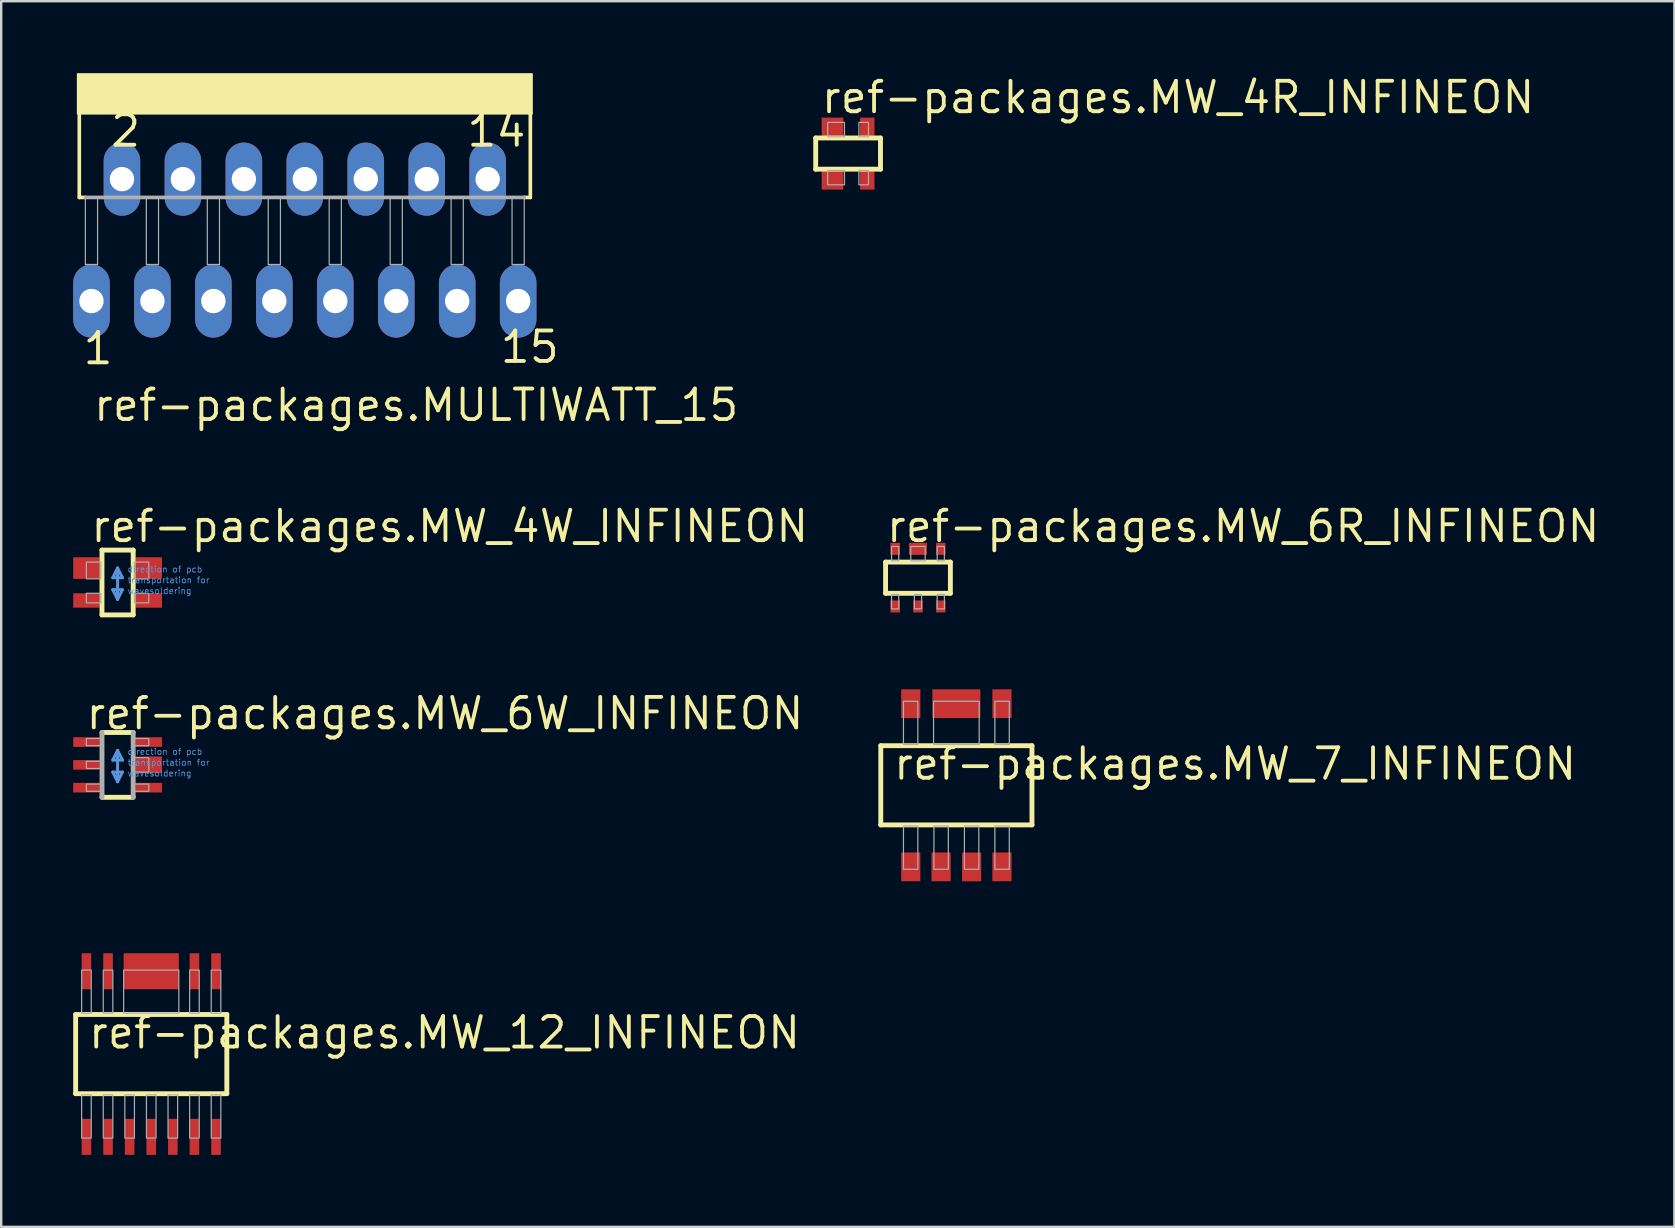
<source format=kicad_pcb>
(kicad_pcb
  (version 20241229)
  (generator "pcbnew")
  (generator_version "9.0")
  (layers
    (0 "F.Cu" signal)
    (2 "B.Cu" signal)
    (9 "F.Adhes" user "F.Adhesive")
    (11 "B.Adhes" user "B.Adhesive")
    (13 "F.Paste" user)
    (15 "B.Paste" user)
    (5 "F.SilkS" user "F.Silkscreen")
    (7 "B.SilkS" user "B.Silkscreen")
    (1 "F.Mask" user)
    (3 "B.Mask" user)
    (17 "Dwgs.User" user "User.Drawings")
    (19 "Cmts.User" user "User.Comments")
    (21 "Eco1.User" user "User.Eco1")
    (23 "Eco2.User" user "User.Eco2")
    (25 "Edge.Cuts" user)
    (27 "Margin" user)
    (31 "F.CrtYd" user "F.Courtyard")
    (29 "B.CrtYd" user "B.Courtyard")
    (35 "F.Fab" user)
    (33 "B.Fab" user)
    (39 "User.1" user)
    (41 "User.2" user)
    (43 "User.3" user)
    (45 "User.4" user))
  (footprint "ref-packages.MW_7_INFINEON"
    (layer "F.Cu")
    (at 36.803 29.674)
    (property "Reference" "ref-packages.MW_7_INFINEON" (at -2.7 -0.15 0) (layer "F.SilkS") (effects (font (size 1.27 1.27) (thickness 0.16)) (justify left bottom)))
    (attr smd)
    (fp_line (start -3.15 -1.65) (end -3.15 1.65) (stroke (width 0.203) (type default)) (layer "F.SilkS"))
    (fp_line (start -3.15 1.65) (end 3.15 1.65) (stroke (width 0.203) (type default)) (layer "F.SilkS"))
    (fp_line (start 3.15 -1.65) (end -3.15 -1.65) (stroke (width 0.203) (type default)) (layer "F.SilkS"))
    (fp_line (start 3.15 1.65) (end 3.15 -1.65) (stroke (width 0.203) (type default)) (layer "F.SilkS"))
    (fp_rect (start -2.205 -1.7) (end -1.605 -3.5) (stroke (width 0.05) (type default)) (fill no) (layer "F.Fab"))
    (fp_rect (start -2.205 3.5) (end -1.605 1.7) (stroke (width 0.05) (type default)) (fill no) (layer "F.Fab"))
    (fp_rect (start -0.95 -1.7) (end 0.95 -3.5) (stroke (width 0.05) (type default)) (fill no) (layer "F.Fab"))
    (fp_rect (start -0.935 3.5) (end -0.335 1.7) (stroke (width 0.05) (type default)) (fill no) (layer "F.Fab"))
    (fp_rect (start 0.335 3.5) (end 0.935 1.7) (stroke (width 0.05) (type default)) (fill no) (layer "F.Fab"))
    (fp_rect (start 1.605 -1.7) (end 2.205 -3.5) (stroke (width 0.05) (type default)) (fill no) (layer "F.Fab"))
    (fp_rect (start 1.605 3.5) (end 2.205 1.7) (stroke (width 0.05) (type default)) (fill no) (layer "F.Fab"))
    (pad "1" smd roundrect (at -1.9 3.4) (size 0.8 1.2) (layers "F.Cu" "F.Mask" "F.Paste") (roundrect_rratio 0.01))
    (pad "2" smd roundrect (at -0.636 3.4) (size 0.8 1.2) (layers "F.Cu" "F.Mask" "F.Paste") (roundrect_rratio 0.01))
    (pad "3" smd roundrect (at 0.635 3.401) (size 0.8 1.2) (layers "F.Cu" "F.Mask" "F.Paste") (roundrect_rratio 0.01))
    (pad "4" smd roundrect (at 1.9 3.4) (size 0.8 1.2) (layers "F.Cu" "F.Mask" "F.Paste") (roundrect_rratio 0.01))
    (pad "5" smd roundrect (at 1.9 -3.4) (size 0.8 1.2) (layers "F.Cu" "F.Mask" "F.Paste") (roundrect_rratio 0.01))
    (pad "6" smd roundrect (at 0 -3.4) (size 2 1.2) (layers "F.Cu" "F.Mask" "F.Paste") (roundrect_rratio 0.01))
    (pad "7" smd roundrect (at -1.9 -3.4) (size 0.8 1.2) (layers "F.Cu" "F.Mask" "F.Paste") (roundrect_rratio 0.01)))
  (footprint "ref-packages.MW_12_INFINEON"
    (layer "F.Cu")
    (at 3.252 40.875)
    (property "Reference" "ref-packages.MW_12_INFINEON" (at -2.7 -0.15 0) (layer "F.SilkS") (effects (font (size 1.27 1.27) (thickness 0.16)) (justify left bottom)))
    (attr smd)
    (fp_line (start -3.15 -1.65) (end -3.15 1.65) (stroke (width 0.203) (type default)) (layer "F.SilkS"))
    (fp_line (start -3.15 1.65) (end 3.15 1.65) (stroke (width 0.203) (type default)) (layer "F.SilkS"))
    (fp_line (start 3.15 -1.65) (end -3.15 -1.65) (stroke (width 0.203) (type default)) (layer "F.SilkS"))
    (fp_line (start 3.15 1.65) (end 3.15 -1.65) (stroke (width 0.203) (type default)) (layer "F.SilkS"))
    (fp_rect (start -2.9 -1.7) (end -2.5 -3.5) (stroke (width 0.05) (type default)) (fill no) (layer "F.Fab"))
    (fp_rect (start -2.9 3.5) (end -2.5 1.7) (stroke (width 0.05) (type default)) (fill no) (layer "F.Fab"))
    (fp_rect (start -2 -1.7) (end -1.6 -3.5) (stroke (width 0.05) (type default)) (fill no) (layer "F.Fab"))
    (fp_rect (start -2 3.5) (end -1.6 1.7) (stroke (width 0.05) (type default)) (fill no) (layer "F.Fab"))
    (fp_rect (start -1.15 -1.7) (end 1.15 -3.5) (stroke (width 0.05) (type default)) (fill no) (layer "F.Fab"))
    (fp_rect (start -1.1 3.5) (end -0.7 1.7) (stroke (width 0.05) (type default)) (fill no) (layer "F.Fab"))
    (fp_rect (start -0.2 3.5) (end 0.2 1.7) (stroke (width 0.05) (type default)) (fill no) (layer "F.Fab"))
    (fp_rect (start 0.7 3.5) (end 1.1 1.7) (stroke (width 0.05) (type default)) (fill no) (layer "F.Fab"))
    (fp_rect (start 1.6 -1.7) (end 2 -3.5) (stroke (width 0.05) (type default)) (fill no) (layer "F.Fab"))
    (fp_rect (start 1.6 3.5) (end 2 1.7) (stroke (width 0.05) (type default)) (fill no) (layer "F.Fab"))
    (fp_rect (start 2.5 -1.7) (end 2.9 -3.5) (stroke (width 0.05) (type default)) (fill no) (layer "F.Fab"))
    (fp_rect (start 2.5 3.5) (end 2.9 1.7) (stroke (width 0.05) (type default)) (fill no) (layer "F.Fab"))
    (pad "1" smd roundrect (at -2.7 3.45) (size 0.4 1.5) (layers "F.Cu" "F.Mask" "F.Paste") (roundrect_rratio 0.01))
    (pad "2" smd roundrect (at -1.8 3.45) (size 0.4 1.5) (layers "F.Cu" "F.Mask" "F.Paste") (roundrect_rratio 0.01))
    (pad "3" smd roundrect (at -0.9 3.45) (size 0.4 1.5) (layers "F.Cu" "F.Mask" "F.Paste") (roundrect_rratio 0.01))
    (pad "4" smd roundrect (at 0 3.45) (size 0.4 1.5) (layers "F.Cu" "F.Mask" "F.Paste") (roundrect_rratio 0.01))
    (pad "5" smd roundrect (at 0.9 3.45) (size 0.4 1.5) (layers "F.Cu" "F.Mask" "F.Paste") (roundrect_rratio 0.01))
    (pad "6" smd roundrect (at 1.8 3.45) (size 0.4 1.5) (layers "F.Cu" "F.Mask" "F.Paste") (roundrect_rratio 0.01))
    (pad "7" smd roundrect (at 2.7 3.45) (size 0.4 1.5) (layers "F.Cu" "F.Mask" "F.Paste") (roundrect_rratio 0.01))
    (pad "8" smd roundrect (at 2.7 -3.45) (size 0.4 1.5) (layers "F.Cu" "F.Mask" "F.Paste") (roundrect_rratio 0.01))
    (pad "9" smd roundrect (at 1.8 -3.45) (size 0.4 1.5) (layers "F.Cu" "F.Mask" "F.Paste") (roundrect_rratio 0.01))
    (pad "10" smd roundrect (at 0 -3.45) (size 2.3 1.5) (layers "F.Cu" "F.Mask" "F.Paste") (roundrect_rratio 0.01))
    (pad "11" smd roundrect (at -1.8 -3.45) (size 0.4 1.5) (layers "F.Cu" "F.Mask" "F.Paste") (roundrect_rratio 0.01))
    (pad "12" smd roundrect (at -2.7 -3.45) (size 0.4 1.5) (layers "F.Cu" "F.Mask" "F.Paste") (roundrect_rratio 0.01)))
  (footprint "ref-packages.MW_4R_INFINEON"
    (layer "F.Cu")
    (at 32.291 3.35)
    (property "Reference" "ref-packages.MW_4R_INFINEON" (at -1.2 -1.6 0) (layer "F.SilkS") (effects (font (size 1.27 1.27) (thickness 0.16)) (justify left bottom)))
    (attr smd)
    (fp_line (start -1.35 -0.65) (end -1.35 0.65) (stroke (width 0.203) (type default)) (layer "F.SilkS"))
    (fp_line (start -1.35 0.65) (end 1.35 0.65) (stroke (width 0.203) (type default)) (layer "F.SilkS"))
    (fp_line (start 1.35 -0.65) (end -1.35 -0.65) (stroke (width 0.203) (type default)) (layer "F.SilkS"))
    (fp_line (start 1.35 0.65) (end 1.35 -0.65) (stroke (width 0.203) (type default)) (layer "F.SilkS"))
    (fp_rect (start -0.85 -0.7) (end -0.15 -1.3) (stroke (width 0.05) (type default)) (fill no) (layer "F.Fab"))
    (fp_rect (start -0.85 1.3) (end -0.15 0.7) (stroke (width 0.05) (type default)) (fill no) (layer "F.Fab"))
    (fp_rect (start 0.45 -0.7) (end 0.85 -1.3) (stroke (width 0.05) (type default)) (fill no) (layer "F.Fab"))
    (fp_rect (start 0.45 1.3) (end 0.85 0.7) (stroke (width 0.05) (type default)) (fill no) (layer "F.Fab"))
    (pad "1" smd roundrect (at -0.65 1.05) (size 0.9 0.9) (layers "F.Cu" "F.Mask" "F.Paste") (roundrect_rratio 0.01))
    (pad "2" smd roundrect (at 0.8 1.05) (size 0.6 0.9) (layers "F.Cu" "F.Mask" "F.Paste") (roundrect_rratio 0.01))
    (pad "3" smd roundrect (at 0.8 -1.05) (size 0.6 0.9) (layers "F.Cu" "F.Mask" "F.Paste") (roundrect_rratio 0.01))
    (pad "4" smd roundrect (at -0.65 -1.05) (size 0.9 0.9) (layers "F.Cu" "F.Mask" "F.Paste") (roundrect_rratio 0.01)))
  (footprint "ref-packages.MW_6R_INFINEON"
    (layer "F.Cu")
    (at 35.203 21.023)
    (property "Reference" "ref-packages.MW_6R_INFINEON" (at -1.4 -1.4 0) (layer "F.SilkS") (effects (font (size 1.27 1.27) (thickness 0.16)) (justify left bottom)))
    (attr smd)
    (fp_line (start -1.35 -0.65) (end -1.35 0.65) (stroke (width 0.203) (type default)) (layer "F.SilkS"))
    (fp_line (start -1.35 0.65) (end 1.35 0.65) (stroke (width 0.203) (type default)) (layer "F.SilkS"))
    (fp_line (start 1.35 -0.65) (end -1.35 -0.65) (stroke (width 0.203) (type default)) (layer "F.SilkS"))
    (fp_line (start 1.35 0.65) (end 1.35 -0.65) (stroke (width 0.203) (type default)) (layer "F.SilkS"))
    (fp_rect (start -1.1 -0.7) (end -0.8 -1.3) (stroke (width 0.05) (type default)) (fill no) (layer "F.Fab"))
    (fp_rect (start -1.1 1.3) (end -0.8 0.7) (stroke (width 0.05) (type default)) (fill no) (layer "F.Fab"))
    (fp_rect (start -0.3 -0.7) (end 0.3 -1.3) (stroke (width 0.05) (type default)) (fill no) (layer "F.Fab"))
    (fp_rect (start -0.15 1.3) (end 0.15 0.7) (stroke (width 0.05) (type default)) (fill no) (layer "F.Fab"))
    (fp_rect (start 0.8 -0.7) (end 1.1 -1.3) (stroke (width 0.05) (type default)) (fill no) (layer "F.Fab"))
    (fp_rect (start 0.8 1.3) (end 1.1 0.7) (stroke (width 0.05) (type default)) (fill no) (layer "F.Fab"))
    (pad "1" smd roundrect (at -0.95 1.2) (size 0.4 0.5) (layers "F.Cu" "F.Mask" "F.Paste") (roundrect_rratio 0.01))
    (pad "2" smd roundrect (at 0 1.2) (size 0.4 0.5) (layers "F.Cu" "F.Mask" "F.Paste") (roundrect_rratio 0.01))
    (pad "3" smd roundrect (at 0.95 1.2) (size 0.4 0.5) (layers "F.Cu" "F.Mask" "F.Paste") (roundrect_rratio 0.01))
    (pad "4" smd roundrect (at 0.95 -1.2) (size 0.4 0.5) (layers "F.Cu" "F.Mask" "F.Paste") (roundrect_rratio 0.01))
    (pad "5" smd roundrect (at 0 -1.2) (size 0.75 0.5) (layers "F.Cu" "F.Mask" "F.Paste") (roundrect_rratio 0.01))
    (pad "6" smd roundrect (at -0.95 -1.2) (size 0.4 0.5) (layers "F.Cu" "F.Mask" "F.Paste") (roundrect_rratio 0.01)))
  (footprint "ref-packages.MULTIWATT_15"
    (layer "F.Cu")
    (at 9.652 1.875)
    (property "Reference" "ref-packages.MULTIWATT_15" (at -8.89 12.7 0) (layer "F.SilkS") (effects (font (size 1.27 1.27) (thickness 0.16)) (justify left bottom)))
    (attr through_hole)
    (fp_line (start -9.398 -0.254) (end -9.398 3.302) (stroke (width 0.152) (type default)) (layer "F.SilkS"))
    (fp_line (start -9.398 3.302) (end -9.144 3.302) (stroke (width 0.152) (type default)) (layer "F.SilkS"))
    (fp_line (start 9.144 3.302) (end 9.398 3.302) (stroke (width 0.152) (type default)) (layer "F.SilkS"))
    (fp_line (start 9.398 -0.254) (end 9.398 3.302) (stroke (width 0.152) (type default)) (layer "F.SilkS"))
    (fp_rect (start -9.475 -0.175) (end 9.475 -1.85) (stroke (width 0.05) (type default)) (fill yes) (layer "F.SilkS"))
    (fp_line (start -9.144 3.302) (end 9.144 3.302) (stroke (width 0.152) (type default)) (layer "F.Fab"))
    (fp_rect (start -9.144 6.096) (end -8.636 3.302) (stroke (width 0.05) (type default)) (fill no) (layer "F.Fab"))
    (fp_rect (start -6.604 6.096) (end -6.096 3.302) (stroke (width 0.05) (type default)) (fill no) (layer "F.Fab"))
    (fp_rect (start -4.064 6.096) (end -3.556 3.302) (stroke (width 0.05) (type default)) (fill no) (layer "F.Fab"))
    (fp_rect (start -1.524 6.096) (end -1.016 3.302) (stroke (width 0.05) (type default)) (fill no) (layer "F.Fab"))
    (fp_rect (start 1.016 6.096) (end 1.524 3.302) (stroke (width 0.05) (type default)) (fill no) (layer "F.Fab"))
    (fp_rect (start 3.556 6.096) (end 4.064 3.302) (stroke (width 0.05) (type default)) (fill no) (layer "F.Fab"))
    (fp_rect (start 6.096 6.096) (end 6.604 3.302) (stroke (width 0.05) (type default)) (fill no) (layer "F.Fab"))
    (fp_rect (start 8.636 6.096) (end 9.144 3.302) (stroke (width 0.05) (type default)) (fill no) (layer "F.Fab"))
    (fp_text user "1" (at -9.327 10.338 0) (layer "F.SilkS") (effects (font (size 1.27 1.27) (thickness 0.16)) (justify left bottom)))
    (fp_text user "15" (at 8.058 10.279 0) (layer "F.SilkS") (effects (font (size 1.27 1.27) (thickness 0.16)) (justify left bottom)))
    (fp_text user "14" (at 6.668 1.27 0) (layer "F.SilkS") (effects (font (size 1.27 1.27) (thickness 0.16)) (justify left bottom)))
    (fp_text user "2" (at -8.177 1.27 0) (layer "F.SilkS") (effects (font (size 1.27 1.27) (thickness 0.16)) (justify left bottom)))
    (pad "1" thru_hole oval (at -8.89 7.62 90) (size 3.048 1.524) (drill 1.016) (layers "*.Cu" "*.Mask"))
    (pad "2" thru_hole oval (at -7.62 2.54 90) (size 3.048 1.524) (drill 1.016) (layers "*.Cu" "*.Mask"))
    (pad "3" thru_hole oval (at -6.35 7.62 90) (size 3.048 1.524) (drill 1.016) (layers "*.Cu" "*.Mask"))
    (pad "4" thru_hole oval (at -5.08 2.54 90) (size 3.048 1.524) (drill 1.016) (layers "*.Cu" "*.Mask"))
    (pad "5" thru_hole oval (at -3.81 7.62 90) (size 3.048 1.524) (drill 1.016) (layers "*.Cu" "*.Mask"))
    (pad "6" thru_hole oval (at -2.54 2.54 90) (size 3.048 1.524) (drill 1.016) (layers "*.Cu" "*.Mask"))
    (pad "7" thru_hole oval (at -1.27 7.62 90) (size 3.048 1.524) (drill 1.016) (layers "*.Cu" "*.Mask"))
    (pad "8" thru_hole oval (at 0 2.54 90) (size 3.048 1.524) (drill 1.016) (layers "*.Cu" "*.Mask"))
    (pad "9" thru_hole oval (at 1.27 7.62 90) (size 3.048 1.524) (drill 1.016) (layers "*.Cu" "*.Mask"))
    (pad "10" thru_hole oval (at 2.54 2.54 90) (size 3.048 1.524) (drill 1.016) (layers "*.Cu" "*.Mask"))
    (pad "11" thru_hole oval (at 3.81 7.62 90) (size 3.048 1.524) (drill 1.016) (layers "*.Cu" "*.Mask"))
    (pad "12" thru_hole oval (at 5.08 2.54 90) (size 3.048 1.524) (drill 1.016) (layers "*.Cu" "*.Mask"))
    (pad "13" thru_hole oval (at 6.35 7.62 90) (size 3.048 1.524) (drill 1.016) (layers "*.Cu" "*.Mask"))
    (pad "14" thru_hole oval (at 7.62 2.54 90) (size 3.048 1.524) (drill 1.016) (layers "*.Cu" "*.Mask"))
    (pad "15" thru_hole oval (at 8.89 7.62 90) (size 3.048 1.524) (drill 1.016) (layers "*.Cu" "*.Mask")))
  (footprint "ref-packages.MW_4W_INFINEON"
    (layer "F.Cu")
    (at 1.85 21.223)
    (property "Reference" "ref-packages.MW_4W_INFINEON" (at -1.2 -1.6 0) (layer "F.SilkS") (effects (font (size 1.27 1.27) (thickness 0.16)) (justify left bottom)))
    (attr smd)
    (fp_line (start -0.65 -1.35) (end -0.65 1.35) (stroke (width 0.203) (type default)) (layer "F.SilkS"))
    (fp_line (start -0.65 1.35) (end 0.65 1.35) (stroke (width 0.203) (type default)) (layer "F.SilkS"))
    (fp_line (start 0.65 -1.35) (end -0.65 -1.35) (stroke (width 0.203) (type default)) (layer "F.SilkS"))
    (fp_line (start 0.65 1.35) (end 0.65 -1.35) (stroke (width 0.203) (type default)) (layer "F.SilkS"))
    (fp_line (start -0.2 -0.2) (end 0.2 -0.2) (stroke (width 0.127) (type default)) (layer "Cmts.User"))
    (fp_line (start -0.2 0.3) (end 0 0.7) (stroke (width 0.127) (type default)) (layer "Cmts.User"))
    (fp_line (start 0 -0.6) (end -0.2 -0.2) (stroke (width 0.127) (type default)) (layer "Cmts.User"))
    (fp_line (start 0 0.7) (end 0 -0.6) (stroke (width 0.127) (type default)) (layer "Cmts.User"))
    (fp_line (start 0 0.7) (end 0.2 0.3) (stroke (width 0.127) (type default)) (layer "Cmts.User"))
    (fp_line (start 0.2 -0.2) (end 0 -0.6) (stroke (width 0.127) (type default)) (layer "Cmts.User"))
    (fp_line (start 0.2 0.3) (end -0.2 0.3) (stroke (width 0.127) (type default)) (layer "Cmts.User"))
    (fp_rect (start -1.3 -0.15) (end -0.7 -0.85) (stroke (width 0.05) (type default)) (fill no) (layer "F.Fab"))
    (fp_rect (start -1.3 0.85) (end -0.7 0.45) (stroke (width 0.05) (type default)) (fill no) (layer "F.Fab"))
    (fp_rect (start 0.7 -0.15) (end 1.3 -0.85) (stroke (width 0.05) (type default)) (fill no) (layer "F.Fab"))
    (fp_rect (start 0.7 0.85) (end 1.3 0.45) (stroke (width 0.05) (type default)) (fill no) (layer "F.Fab"))
    (fp_text user "wavesoldering" (at 0.4 0.5 0) (layer "Cmts.User") (effects (font (size 0.254 0.254) (thickness 0.03)) (justify left bottom)))
    (fp_text user "transportation for" (at 0.4 0.05 0) (layer "Cmts.User") (effects (font (size 0.254 0.254) (thickness 0.03)) (justify left bottom)))
    (fp_text user "direction of pcb" (at 0.4 -0.4 0) (layer "Cmts.User") (effects (font (size 0.254 0.254) (thickness 0.03)) (justify left bottom)))
    (pad "1" smd roundrect (at -1.3 -0.6) (size 1.1 0.9) (layers "F.Cu" "F.Mask" "F.Paste") (roundrect_rratio 0.01))
    (pad "2" smd roundrect (at -1.3 0.75) (size 1.1 0.6) (layers "F.Cu" "F.Mask" "F.Paste") (roundrect_rratio 0.01))
    (pad "3" smd roundrect (at 1.3 0.75) (size 1.1 0.6) (layers "F.Cu" "F.Mask" "F.Paste") (roundrect_rratio 0.01))
    (pad "4" smd roundrect (at 1.3 -0.6) (size 1.1 0.9) (layers "F.Cu" "F.Mask" "F.Paste") (roundrect_rratio 0.01)))
  (footprint "ref-packages.MW_6W_INFINEON"
    (layer "F.Cu")
    (at 1.85 28.824)
    (property "Reference" "ref-packages.MW_6W_INFINEON" (at -1.4 -1.4 0) (layer "F.SilkS") (effects (font (size 1.27 1.27) (thickness 0.16)) (justify left bottom)))
    (attr smd)
    (fp_line (start -0.65 1.35) (end 0.65 1.35) (stroke (width 0.203) (type default)) (layer "F.SilkS"))
    (fp_line (start 0.65 -1.35) (end -0.65 -1.35) (stroke (width 0.203) (type default)) (layer "F.SilkS"))
    (fp_line (start -0.2 -0.2) (end 0.2 -0.2) (stroke (width 0.127) (type default)) (layer "Cmts.User"))
    (fp_line (start -0.2 0.3) (end 0 0.7) (stroke (width 0.127) (type default)) (layer "Cmts.User"))
    (fp_line (start 0 -0.6) (end -0.2 -0.2) (stroke (width 0.127) (type default)) (layer "Cmts.User"))
    (fp_line (start 0 0.7) (end 0 -0.6) (stroke (width 0.127) (type default)) (layer "Cmts.User"))
    (fp_line (start 0 0.7) (end 0.2 0.3) (stroke (width 0.127) (type default)) (layer "Cmts.User"))
    (fp_line (start 0.2 -0.2) (end 0 -0.6) (stroke (width 0.127) (type default)) (layer "Cmts.User"))
    (fp_line (start 0.2 0.3) (end -0.2 0.3) (stroke (width 0.127) (type default)) (layer "Cmts.User"))
    (fp_line (start -0.65 -1.35) (end -0.65 1.35) (stroke (width 0.203) (type default)) (layer "F.Fab"))
    (fp_line (start 0.65 1.35) (end 0.65 -1.35) (stroke (width 0.203) (type default)) (layer "F.Fab"))
    (fp_rect (start -1.3 -0.8) (end -0.7 -1.1) (stroke (width 0.05) (type default)) (fill no) (layer "F.Fab"))
    (fp_rect (start -1.3 0.15) (end -0.7 -0.15) (stroke (width 0.05) (type default)) (fill no) (layer "F.Fab"))
    (fp_rect (start -1.3 1.1) (end -0.7 0.8) (stroke (width 0.05) (type default)) (fill no) (layer "F.Fab"))
    (fp_rect (start 0.7 -0.8) (end 1.3 -1.1) (stroke (width 0.05) (type default)) (fill no) (layer "F.Fab"))
    (fp_rect (start 0.7 0.3) (end 1.3 -0.3) (stroke (width 0.05) (type default)) (fill no) (layer "F.Fab"))
    (fp_rect (start 0.7 1.1) (end 1.3 0.8) (stroke (width 0.05) (type default)) (fill no) (layer "F.Fab"))
    (fp_text user "direction of pcb" (at 0.4 -0.4 0) (layer "Cmts.User") (effects (font (size 0.254 0.254) (thickness 0.03)) (justify left bottom)))
    (fp_text user "wavesoldering" (at 0.4 0.5 0) (layer "Cmts.User") (effects (font (size 0.254 0.254) (thickness 0.03)) (justify left bottom)))
    (fp_text user "transportation for" (at 0.4 0.05 0) (layer "Cmts.User") (effects (font (size 0.254 0.254) (thickness 0.03)) (justify left bottom)))
    (pad "1" smd roundrect (at -1.3 -0.95) (size 1.1 0.4) (layers "F.Cu" "F.Mask" "F.Paste") (roundrect_rratio 0.01))
    (pad "2" smd roundrect (at -1.3 0) (size 1.1 0.4) (layers "F.Cu" "F.Mask" "F.Paste") (roundrect_rratio 0.01))
    (pad "3" smd roundrect (at -1.3 0.95) (size 1.1 0.4) (layers "F.Cu" "F.Mask" "F.Paste") (roundrect_rratio 0.01))
    (pad "4" smd roundrect (at 1.3 0.95) (size 1.1 0.4) (layers "F.Cu" "F.Mask" "F.Paste") (roundrect_rratio 0.01))
    (pad "5" smd roundrect (at 1.3 0) (size 1.1 0.7) (layers "F.Cu" "F.Mask" "F.Paste") (roundrect_rratio 0.01))
    (pad "6" smd roundrect (at 1.3 -0.95) (size 1.1 0.4) (layers "F.Cu" "F.Mask" "F.Paste") (roundrect_rratio 0.01)))
  (gr_rect
    (start -3 -3)
    (end 66.723 48.075)
    (stroke (width 0.1) (type default))
    (fill no)
    (layer "Edge.Cuts")))
</source>
